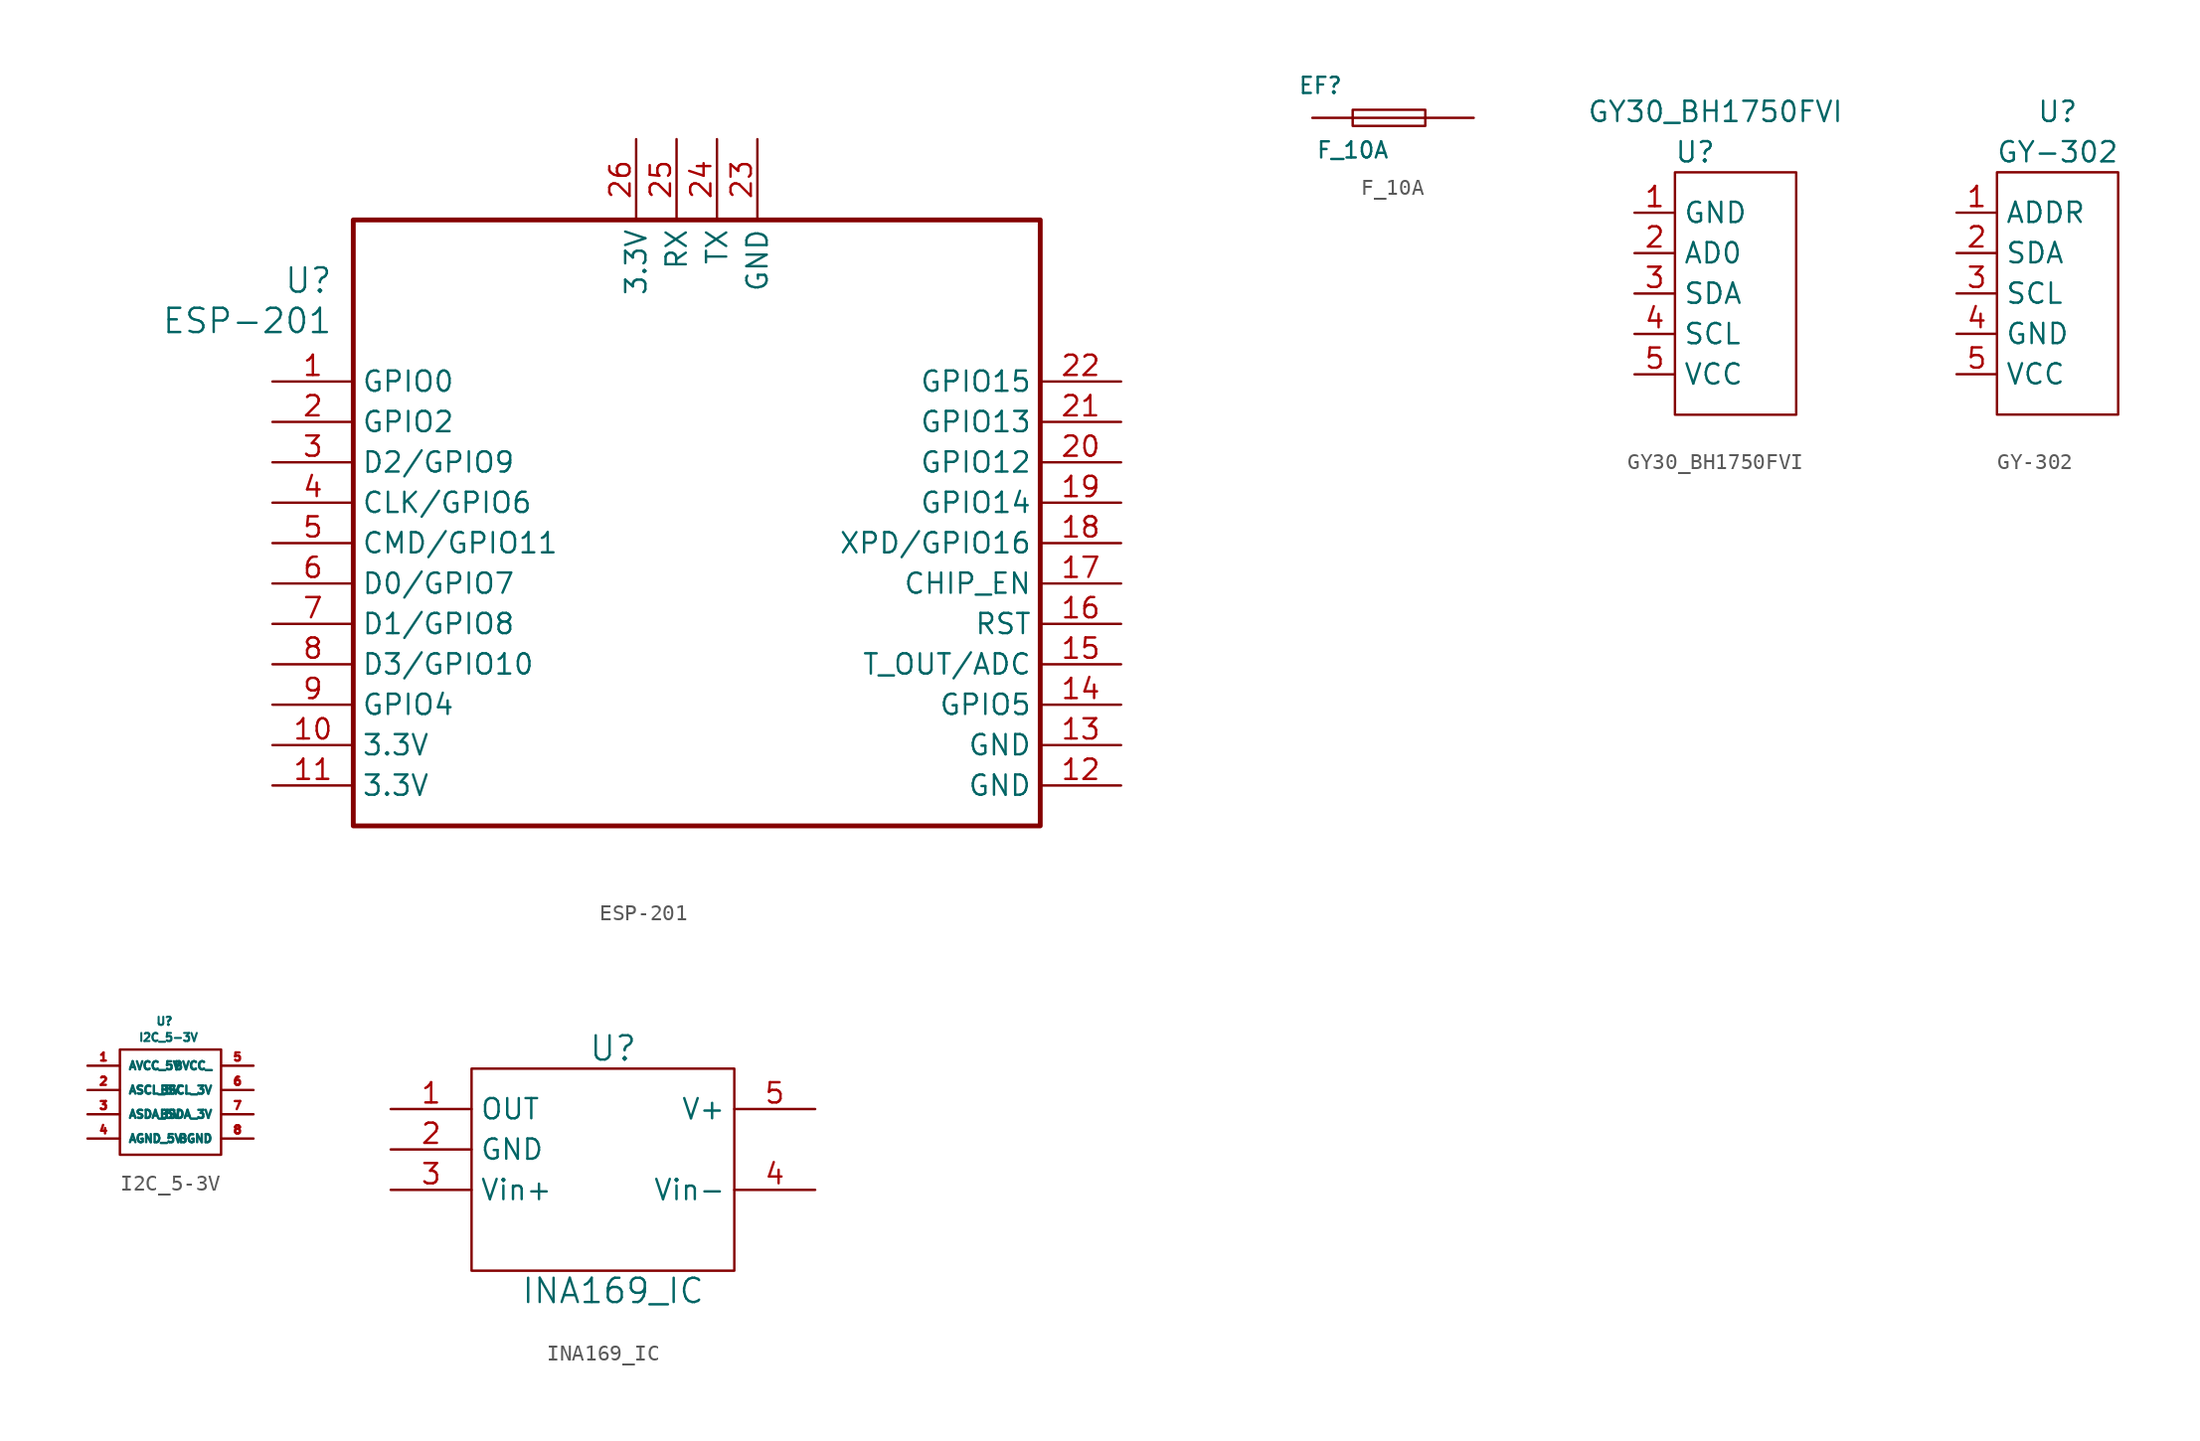
<source format=kicad_sym>
(kicad_symbol_lib
  (version 20220102)
  (generator kicad_symbol_editor)
  (symbol "ESP-201"
    (property "Reference" "U"
      (at 3.81 6.35 0)
      (effects (font (size 1.524 1.524)) (justify right)))
    (property "Value" "ESP-201"
      (at 3.81 3.81 0)
      (effects (font (size 1.524 1.524)) (justify right)))
    (property "ki_locked" ""
      (at 0 0 0)
      (effects (font (size 1.27 1.27))))
    (symbol "ESP-201_1_1"
      (rectangle (start 5.08 10.16) (end 48.26 -27.94) (stroke (width 0.305) (type default)) (fill (type none)))
      (pin bidirectional line (at 0 0 0) (length 5.08) (name "GPIO0" (effects (font (size 1.27 1.27)))) (number "1" (effects (font (size 1.27 1.27)))))
      (pin power_in line (at 0 -22.86 0) (length 5.08) (name "3.3V" (effects (font (size 1.27 1.27)))) (number "10" (effects (font (size 1.27 1.27)))))
      (pin power_in line (at 0 -25.4 0) (length 5.08) (name "3.3V" (effects (font (size 1.27 1.27)))) (number "11" (effects (font (size 1.27 1.27)))))
      (pin power_in line (at 53.34 -25.4 180) (length 5.08) (name "GND" (effects (font (size 1.27 1.27)))) (number "12" (effects (font (size 1.27 1.27)))))
      (pin power_in line (at 53.34 -22.86 180) (length 5.08) (name "GND" (effects (font (size 1.27 1.27)))) (number "13" (effects (font (size 1.27 1.27)))))
      (pin bidirectional line (at 53.34 -20.32 180) (length 5.08) (name "GPIO5" (effects (font (size 1.27 1.27)))) (number "14" (effects (font (size 1.27 1.27)))))
      (pin bidirectional line (at 53.34 -17.78 180) (length 5.08) (name "T_OUT/ADC" (effects (font (size 1.27 1.27)))) (number "15" (effects (font (size 1.27 1.27)))))
      (pin input line (at 53.34 -15.24 180) (length 5.08) (name "RST" (effects (font (size 1.27 1.27)))) (number "16" (effects (font (size 1.27 1.27)))))
      (pin input line (at 53.34 -12.7 180) (length 5.08) (name "CHIP_EN" (effects (font (size 1.27 1.27)))) (number "17" (effects (font (size 1.27 1.27)))))
      (pin bidirectional line (at 53.34 -10.16 180) (length 5.08) (name "XPD/GPIO16" (effects (font (size 1.27 1.27)))) (number "18" (effects (font (size 1.27 1.27)))))
      (pin bidirectional line (at 53.34 -7.62 180) (length 5.08) (name "GPIO14" (effects (font (size 1.27 1.27)))) (number "19" (effects (font (size 1.27 1.27)))))
      (pin bidirectional line (at 0 -2.54 0) (length 5.08) (name "GPIO2" (effects (font (size 1.27 1.27)))) (number "2" (effects (font (size 1.27 1.27)))))
      (pin bidirectional line (at 53.34 -5.08 180) (length 5.08) (name "GPIO12" (effects (font (size 1.27 1.27)))) (number "20" (effects (font (size 1.27 1.27)))))
      (pin bidirectional line (at 53.34 -2.54 180) (length 5.08) (name "GPIO13" (effects (font (size 1.27 1.27)))) (number "21" (effects (font (size 1.27 1.27)))))
      (pin bidirectional line (at 53.34 0 180) (length 5.08) (name "GPIO15" (effects (font (size 1.27 1.27)))) (number "22" (effects (font (size 1.27 1.27)))))
      (pin power_in line (at 30.48 15.24 270) (length 5.08) (name "GND" (effects (font (size 1.27 1.27)))) (number "23" (effects (font (size 1.27 1.27)))))
      (pin output line (at 27.94 15.24 270) (length 5.08) (name "TX" (effects (font (size 1.27 1.27)))) (number "24" (effects (font (size 1.27 1.27)))))
      (pin input line (at 25.4 15.24 270) (length 5.08) (name "RX" (effects (font (size 1.27 1.27)))) (number "25" (effects (font (size 1.27 1.27)))))
      (pin power_in line (at 22.86 15.24 270) (length 5.08) (name "3.3V" (effects (font (size 1.27 1.27)))) (number "26" (effects (font (size 1.27 1.27)))))
      (pin output line (at 0 -5.08 0) (length 5.08) (name "D2/GPIO9" (effects (font (size 1.27 1.27)))) (number "3" (effects (font (size 1.27 1.27)))))
      (pin output line (at 0 -7.62 0) (length 5.08) (name "CLK/GPIO6" (effects (font (size 1.27 1.27)))) (number "4" (effects (font (size 1.27 1.27)))))
      (pin output line (at 0 -10.16 0) (length 5.08) (name "CMD/GPIO11" (effects (font (size 1.27 1.27)))) (number "5" (effects (font (size 1.27 1.27)))))
      (pin output line (at 0 -12.7 0) (length 5.08) (name "D0/GPIO7" (effects (font (size 1.27 1.27)))) (number "6" (effects (font (size 1.27 1.27)))))
      (pin output line (at 0 -15.24 0) (length 5.08) (name "D1/GPIO8" (effects (font (size 1.27 1.27)))) (number "7" (effects (font (size 1.27 1.27)))))
      (pin output line (at 0 -17.78 0) (length 5.08) (name "D3/GPIO10" (effects (font (size 1.27 1.27)))) (number "8" (effects (font (size 1.27 1.27)))))
      (pin bidirectional line (at 0 -20.32 0) (length 5.08) (name "GPIO4" (effects (font (size 1.27 1.27)))) (number "9" (effects (font (size 1.27 1.27)))))))
  (symbol "F_10A"
    (pin_numbers hide)
    (pin_names
      (offset 0.254))
    (property "Reference" "EF"
      (at -4.572 2.032 0)
      (effects (font (size 1.016 1.016))))
    (property "Value" "F_10A"
      (at -2.54 -2.032 0)
      (effects (font (size 1.016 1.016))))
    (property "Footprint" ""
      (at 0 0 0)
      (effects (font (size 1.524 1.524))))
    (property "Datasheet" ""
      (at 0 0 0)
      (effects (font (size 1.524 1.524))))
    (symbol "F_10A_0_1"
      (polyline (pts (xy 2.032 0) (xy -2.54 0) (xy -2.54 0) (xy -2.54 0)) (stroke (width 0) (type default)) (fill (type none)))
      (polyline (pts (xy -2.54 0.508) (xy -2.54 -0.508) (xy 2.032 -0.508) (xy 2.032 0.508) (xy -2.54 0.508) (xy -2.54 0.508)) (stroke (width 0) (type default)) (fill (type none))))
    (symbol "F_10A_1_1"
      (pin power_in line (at 5.08 0 180) (length 3.048) (name "~" (effects (font (size 1.016 1.016)))) (number "1" (effects (font (size 0.254 0.254)))))
      (pin power_out line (at -5.08 0 0) (length 2.54) (name "~" (effects (font (size 1.016 1.016)))) (number "2" (effects (font (size 0.254 0.254)))))))
  (symbol "GY30_BH1750FVI"
    (property "Reference" "U"
      (at 1.27 8.89 0)
      (effects (font (size 1.27 1.27))))
    (property "Value" "GY30_BH1750FVI"
      (at 2.54 11.43 0)
      (effects (font (size 1.27 1.27))))
    (symbol "GY30_BH1750FVI_0_1"
      (rectangle (start 0 7.62) (end 7.62 -7.62) (stroke (width 0) (type default)) (fill (type none))))
    (symbol "GY30_BH1750FVI_1_1"
      (pin input line (at -2.54 5.08 0) (length 2.54) (name "GND" (effects (font (size 1.27 1.27)))) (number "1" (effects (font (size 1.27 1.27)))))
      (pin input line (at -2.54 2.54 0) (length 2.54) (name "AD0" (effects (font (size 1.27 1.27)))) (number "2" (effects (font (size 1.27 1.27)))))
      (pin input line (at -2.54 0 0) (length 2.54) (name "SDA" (effects (font (size 1.27 1.27)))) (number "3" (effects (font (size 1.27 1.27)))))
      (pin input line (at -2.54 -2.54 0) (length 2.54) (name "SCL" (effects (font (size 1.27 1.27)))) (number "4" (effects (font (size 1.27 1.27)))))
      (pin input line (at -2.54 -5.08 0) (length 2.54) (name "VCC" (effects (font (size 1.27 1.27)))) (number "5" (effects (font (size 1.27 1.27)))))))
  (symbol "GY-302"
    (property "Reference" "U"
      (at 0 11.43 0)
      (effects (font (size 1.27 1.27))))
    (property "Value" "GY-302"
      (at 0 8.89 0)
      (effects (font (size 1.27 1.27))))
    (symbol "GY-302_0_1"
      (rectangle (start -3.81 7.62) (end 3.81 -7.62) (stroke (width 0) (type default)) (fill (type none))))
    (symbol "GY-302_1_1"
      (pin input line (at -6.35 5.08 0) (length 2.54) (name "ADDR" (effects (font (size 1.27 1.27)))) (number "1" (effects (font (size 1.27 1.27)))))
      (pin input line (at -6.35 2.54 0) (length 2.54) (name "SDA" (effects (font (size 1.27 1.27)))) (number "2" (effects (font (size 1.27 1.27)))))
      (pin input line (at -6.35 0 0) (length 2.54) (name "SCL" (effects (font (size 1.27 1.27)))) (number "3" (effects (font (size 1.27 1.27)))))
      (pin input line (at -6.35 -2.54 0) (length 2.54) (name "GND" (effects (font (size 1.27 1.27)))) (number "4" (effects (font (size 1.27 1.27)))))
      (pin input line (at -6.35 -5.08 0) (length 2.54) (name "VCC" (effects (font (size 1.27 1.27)))) (number "5" (effects (font (size 1.27 1.27)))))))
  (symbol "I2C_5-3V"
    (property "Reference" "U"
      (at -0.254 4.826 0)
      (effects (font (size 0.508 0.508))))
    (property "Value" "I2C_5-3V"
      (at 0 3.81 0)
      (effects (font (size 0.508 0.508))))
    (property "Footprint" ""
      (at 0 0 0)
      (effects (font (size 1.524 1.524))))
    (property "Datasheet" ""
      (at 0 0 0)
      (effects (font (size 1.524 1.524))))
    (symbol "I2C_5-3V_0_1"
      (rectangle (start -3.048 3.048) (end 3.302 -3.556) (stroke (width 0) (type default)) (fill (type none))))
    (symbol "I2C_5-3V_1_1"
      (pin input line (at -5.08 2.032 0) (length 2.007) (name "AVCC_5V" (effects (font (size 0.508 0.508)))) (number "1" (effects (font (size 0.508 0.508)))))
      (pin input line (at -5.08 0.508 0) (length 2.007) (name "ASCL_5V" (effects (font (size 0.508 0.508)))) (number "2" (effects (font (size 0.508 0.508)))))
      (pin input line (at -5.08 -1.016 0) (length 2.007) (name "ASDA_5V" (effects (font (size 0.508 0.508)))) (number "3" (effects (font (size 0.508 0.508)))))
      (pin input line (at -5.08 -2.54 0) (length 2.007) (name "AGND_5V" (effects (font (size 0.508 0.508)))) (number "4" (effects (font (size 0.508 0.508)))))
      (pin input line (at 5.334 2.032 180) (length 2.007) (name "BVCC_" (effects (font (size 0.508 0.508)))) (number "5" (effects (font (size 0.508 0.508)))))
      (pin input line (at 5.334 0.508 180) (length 2.007) (name "BSCL_3V" (effects (font (size 0.508 0.508)))) (number "6" (effects (font (size 0.508 0.508)))))
      (pin input line (at 5.334 -1.016 180) (length 2.007) (name "BSDA_3V" (effects (font (size 0.508 0.508)))) (number "7" (effects (font (size 0.508 0.508)))))
      (pin input line (at 5.334 -2.54 180) (length 2.007) (name "BGND" (effects (font (size 0.508 0.508)))) (number "8" (effects (font (size 0.508 0.508)))))))
  (symbol "INA169_IC"
    (property "Reference" "U"
      (at 0 7.62 0)
      (effects (font (size 1.524 1.524))))
    (property "Value" "INA169_IC"
      (at 0 -7.62 0)
      (effects (font (size 1.524 1.524))))
    (property "Footprint" ""
      (at 0 -7.62 0)
      (effects (font (size 1.524 1.524))))
    (property "Datasheet" ""
      (at 0 -7.62 0)
      (effects (font (size 1.524 1.524))))
    (symbol "INA169_IC_0_1"
      (rectangle (start -8.89 6.35) (end 7.62 -6.35) (stroke (width 0) (type default)) (fill (type none))))
    (symbol "INA169_IC_1_1"
      (pin output line (at -13.97 3.81 0) (length 5.08) (name "OUT" (effects (font (size 1.27 1.27)))) (number "1" (effects (font (size 1.27 1.27)))))
      (pin input line (at -13.97 1.27 0) (length 5.08) (name "GND" (effects (font (size 1.27 1.27)))) (number "2" (effects (font (size 1.27 1.27)))))
      (pin input line (at -13.97 -1.27 0) (length 5.08) (name "Vin+" (effects (font (size 1.27 1.27)))) (number "3" (effects (font (size 1.27 1.27)))))
      (pin input line (at 12.7 -1.27 180) (length 5.08) (name "Vin-" (effects (font (size 1.27 1.27)))) (number "4" (effects (font (size 1.27 1.27)))))
      (pin input line (at 12.7 3.81 180) (length 5.08) (name "V+" (effects (font (size 1.27 1.27)))) (number "5" (effects (font (size 1.27 1.27))))))))
</source>
